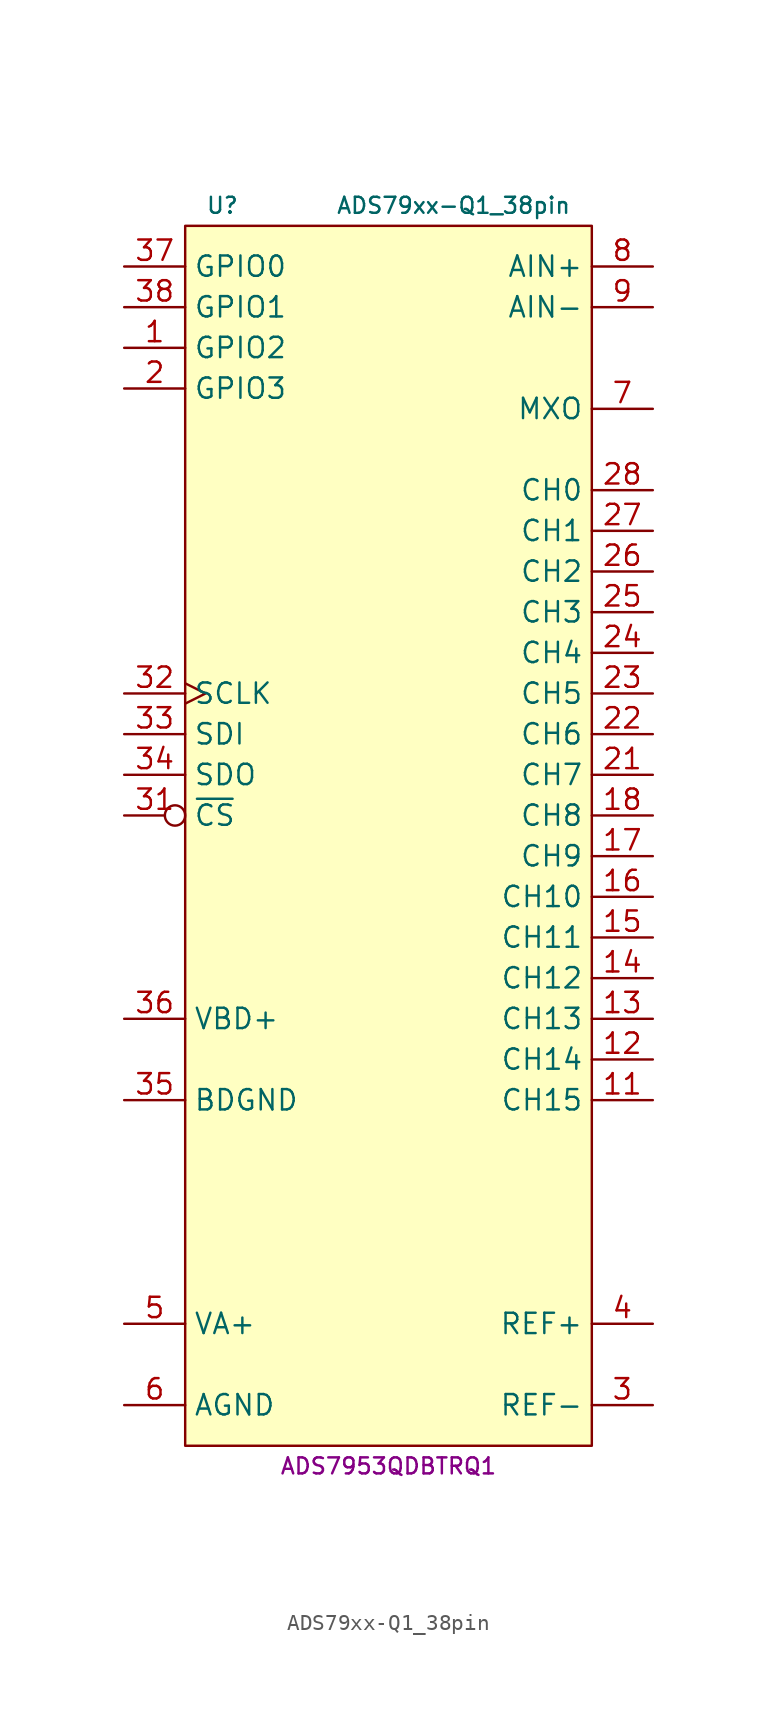
<source format=kicad_sym>
(kicad_symbol_lib
  (version 20231120)
  (generator "kicad_symbol_editor")
  (generator_version "8.0")
  (symbol "ADS79xx-Q1_38pin"
    (property "Reference" "U"
      (at -11.43 43.18 0)
      (do_not_autoplace)
      (effects (font (size 1 1)) (justify left)))
    (property "Value" "ADS79xx-Q1_38pin"
      (at 11.43 43.18 0)
      (do_not_autoplace)
      (effects (font (size 1 1)) (justify right)))
    (property "MPN" "ADS7953QDBTRQ1"
      (at 0 -35.56 0)
      (do_not_autoplace)
      (effects (font (size 1 1))))
    (symbol "ADS79xx-Q1_38pin_0_1"
      (rectangle (start -12.7 41.91) (end 12.7 -34.29) (stroke (width 0.152) (type default)) (fill (type background))))
    (symbol "ADS79xx-Q1_38pin_1_1"
      (pin bidirectional line (at -16.51 34.29 0) (length 3.81) (name "GPIO2" (effects (font (size 1.27 1.27)))) (number "1" (effects (font (size 1.27 1.27)))))
      (pin passive line (at -16.51 -31.75 0) (length 3.81) hide (name "AGND" (effects (font (size 1.27 1.27)))) (number "10" (effects (font (size 1.27 1.27)))))
      (pin input line (at 16.51 -12.7 180) (length 3.81) (name "CH15" (effects (font (size 1.27 1.27)))) (number "11" (effects (font (size 1.27 1.27)))))
      (pin input line (at 16.51 -10.16 180) (length 3.81) (name "CH14" (effects (font (size 1.27 1.27)))) (number "12" (effects (font (size 1.27 1.27)))))
      (pin input line (at 16.51 -7.62 180) (length 3.81) (name "CH13" (effects (font (size 1.27 1.27)))) (number "13" (effects (font (size 1.27 1.27)))))
      (pin input line (at 16.51 -5.08 180) (length 3.81) (name "CH12" (effects (font (size 1.27 1.27)))) (number "14" (effects (font (size 1.27 1.27)))))
      (pin input line (at 16.51 -2.54 180) (length 3.81) (name "CH11" (effects (font (size 1.27 1.27)))) (number "15" (effects (font (size 1.27 1.27)))))
      (pin input line (at 16.51 0 180) (length 3.81) (name "CH10" (effects (font (size 1.27 1.27)))) (number "16" (effects (font (size 1.27 1.27)))))
      (pin input line (at 16.51 2.54 180) (length 3.81) (name "CH9" (effects (font (size 1.27 1.27)))) (number "17" (effects (font (size 1.27 1.27)))))
      (pin input line (at 16.51 5.08 180) (length 3.81) (name "CH8" (effects (font (size 1.27 1.27)))) (number "18" (effects (font (size 1.27 1.27)))))
      (pin passive line (at -16.51 -31.75 0) (length 3.81) hide (name "AGND" (effects (font (size 1.27 1.27)))) (number "19" (effects (font (size 1.27 1.27)))))
      (pin bidirectional line (at -16.51 31.75 0) (length 3.81) (name "GPIO3" (effects (font (size 1.27 1.27)))) (number "2" (effects (font (size 1.27 1.27)))))
      (pin passive line (at -16.51 -31.75 0) (length 3.81) hide (name "AGND" (effects (font (size 1.27 1.27)))) (number "20" (effects (font (size 1.27 1.27)))))
      (pin input line (at 16.51 7.62 180) (length 3.81) (name "CH7" (effects (font (size 1.27 1.27)))) (number "21" (effects (font (size 1.27 1.27)))))
      (pin input line (at 16.51 10.16 180) (length 3.81) (name "CH6" (effects (font (size 1.27 1.27)))) (number "22" (effects (font (size 1.27 1.27)))))
      (pin input line (at 16.51 12.7 180) (length 3.81) (name "CH5" (effects (font (size 1.27 1.27)))) (number "23" (effects (font (size 1.27 1.27)))))
      (pin input line (at 16.51 15.24 180) (length 3.81) (name "CH4" (effects (font (size 1.27 1.27)))) (number "24" (effects (font (size 1.27 1.27)))))
      (pin input line (at 16.51 17.78 180) (length 3.81) (name "CH3" (effects (font (size 1.27 1.27)))) (number "25" (effects (font (size 1.27 1.27)))))
      (pin input line (at 16.51 20.32 180) (length 3.81) (name "CH2" (effects (font (size 1.27 1.27)))) (number "26" (effects (font (size 1.27 1.27)))))
      (pin input line (at 16.51 22.86 180) (length 3.81) (name "CH1" (effects (font (size 1.27 1.27)))) (number "27" (effects (font (size 1.27 1.27)))))
      (pin input line (at 16.51 25.4 180) (length 3.81) (name "CH0" (effects (font (size 1.27 1.27)))) (number "28" (effects (font (size 1.27 1.27)))))
      (pin passive line (at -16.51 -26.67 0) (length 3.81) hide (name "VA+" (effects (font (size 1.27 1.27)))) (number "29" (effects (font (size 1.27 1.27)))))
      (pin power_in line (at 16.51 -31.75 180) (length 3.81) (name "REF-" (effects (font (size 1.27 1.27)))) (number "3" (effects (font (size 1.27 1.27)))))
      (pin passive line (at -16.51 -31.75 0) (length 3.81) hide (name "AGND" (effects (font (size 1.27 1.27)))) (number "30" (effects (font (size 1.27 1.27)))))
      (pin input inverted (at -16.51 5.08 0) (length 3.81) (name "~{CS}" (effects (font (size 1.27 1.27)))) (number "31" (effects (font (size 1.27 1.27)))))
      (pin input clock (at -16.51 12.7 0) (length 3.81) (name "SCLK" (effects (font (size 1.27 1.27)))) (number "32" (effects (font (size 1.27 1.27)))))
      (pin input line (at -16.51 10.16 0) (length 3.81) (name "SDI" (effects (font (size 1.27 1.27)))) (number "33" (effects (font (size 1.27 1.27)))))
      (pin output line (at -16.51 7.62 0) (length 3.81) (name "SDO" (effects (font (size 1.27 1.27)))) (number "34" (effects (font (size 1.27 1.27)))))
      (pin power_in line (at -16.51 -12.7 0) (length 3.81) (name "BDGND" (effects (font (size 1.27 1.27)))) (number "35" (effects (font (size 1.27 1.27)))))
      (pin power_in line (at -16.51 -7.62 0) (length 3.81) (name "VBD+" (effects (font (size 1.27 1.27)))) (number "36" (effects (font (size 1.27 1.27)))))
      (pin bidirectional line (at -16.51 39.37 0) (length 3.81) (name "GPIO0" (effects (font (size 1.27 1.27)))) (number "37" (effects (font (size 1.27 1.27)))))
      (pin bidirectional line (at -16.51 36.83 0) (length 3.81) (name "GPIO1" (effects (font (size 1.27 1.27)))) (number "38" (effects (font (size 1.27 1.27)))))
      (pin power_in line (at 16.51 -26.67 180) (length 3.81) (name "REF+" (effects (font (size 1.27 1.27)))) (number "4" (effects (font (size 1.27 1.27)))))
      (pin power_in line (at -16.51 -26.67 0) (length 3.81) (name "VA+" (effects (font (size 1.27 1.27)))) (number "5" (effects (font (size 1.27 1.27)))))
      (pin power_in line (at -16.51 -31.75 0) (length 3.81) (name "AGND" (effects (font (size 1.27 1.27)))) (number "6" (effects (font (size 1.27 1.27)))))
      (pin output line (at 16.51 30.48 180) (length 3.81) (name "MXO" (effects (font (size 1.27 1.27)))) (number "7" (effects (font (size 1.27 1.27)))))
      (pin input line (at 16.51 39.37 180) (length 3.81) (name "AIN+" (effects (font (size 1.27 1.27)))) (number "8" (effects (font (size 1.27 1.27)))))
      (pin input line (at 16.51 36.83 180) (length 3.81) (name "AIN-" (effects (font (size 1.27 1.27)))) (number "9" (effects (font (size 1.27 1.27))))))))
</source>
